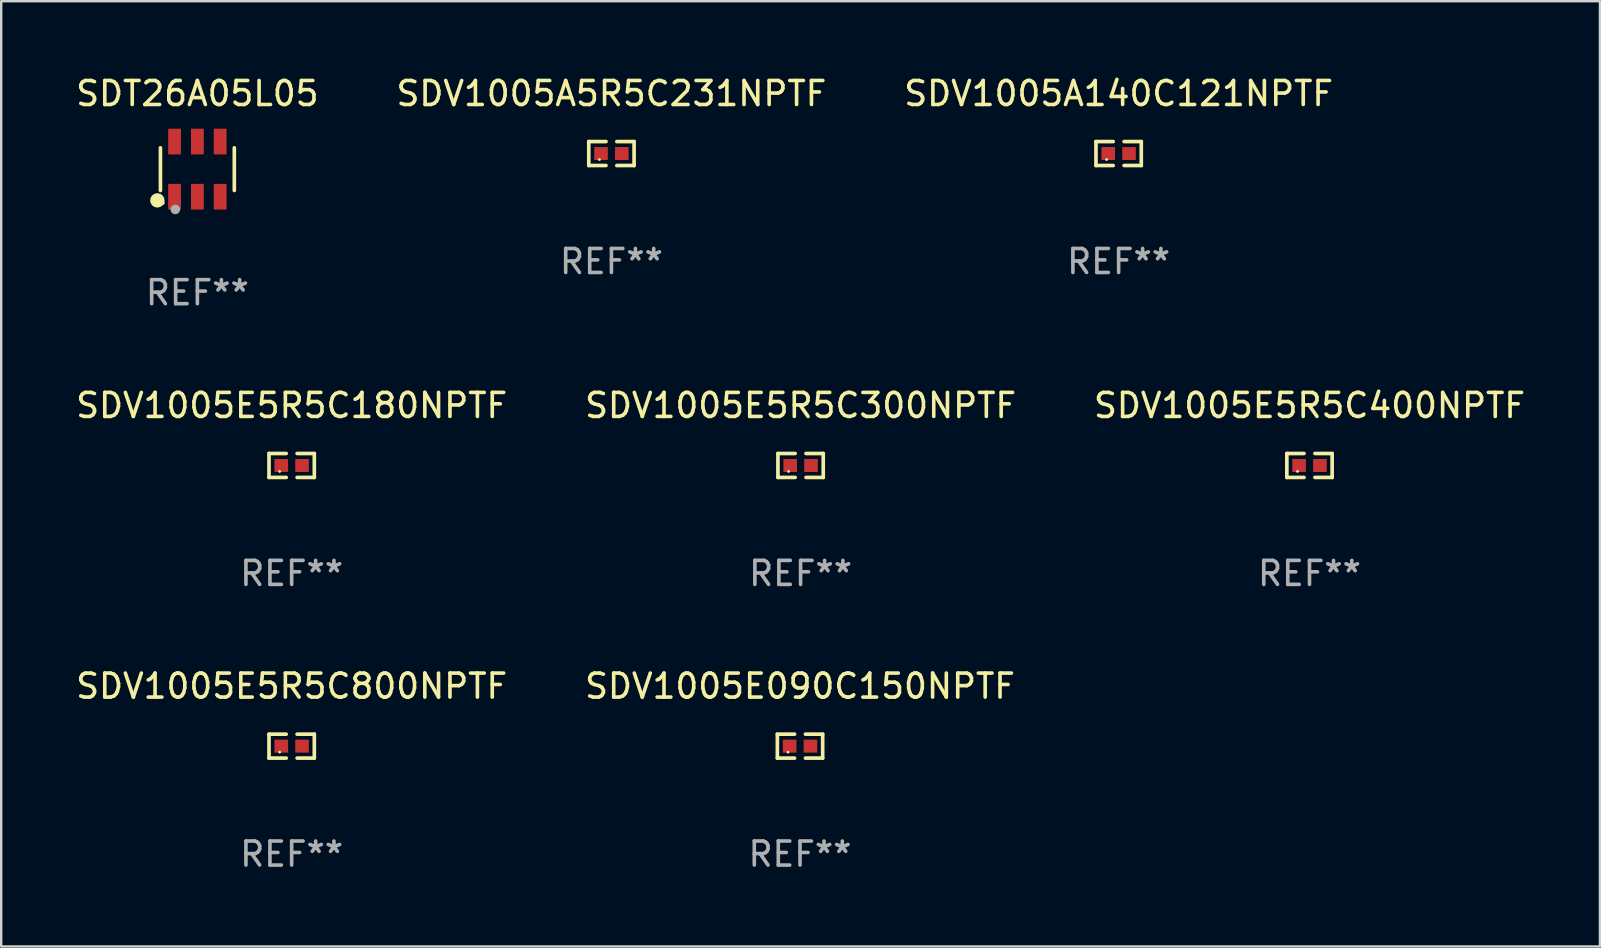
<source format=kicad_pcb>
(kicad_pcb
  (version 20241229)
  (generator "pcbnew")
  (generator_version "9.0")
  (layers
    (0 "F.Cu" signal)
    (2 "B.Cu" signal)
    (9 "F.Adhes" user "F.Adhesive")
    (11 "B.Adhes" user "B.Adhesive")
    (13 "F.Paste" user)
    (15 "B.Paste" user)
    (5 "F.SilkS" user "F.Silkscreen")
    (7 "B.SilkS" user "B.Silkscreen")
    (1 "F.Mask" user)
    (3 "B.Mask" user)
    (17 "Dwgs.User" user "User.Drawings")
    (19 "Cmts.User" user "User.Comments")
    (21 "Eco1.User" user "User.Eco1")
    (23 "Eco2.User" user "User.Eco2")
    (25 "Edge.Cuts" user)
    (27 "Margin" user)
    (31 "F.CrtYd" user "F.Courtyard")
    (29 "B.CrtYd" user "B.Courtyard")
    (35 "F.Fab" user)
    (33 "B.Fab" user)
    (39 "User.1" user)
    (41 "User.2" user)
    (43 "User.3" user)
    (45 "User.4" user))
  (footprint "SDV1005A140C121NPTF"
    (layer "F.Cu")
    (at 43.554 3.347)
    (property "Reference" "SDV1005A140C121NPTF" (at 0 -2.499 0) (layer "F.SilkS") (effects (font (size 1 1) (thickness 0.15))))
    (attr through_hole)
    (fp_line (start -0.944 -0.499) (end -0.226 -0.499) (stroke (width 0.152) (type solid)) (layer "F.SilkS"))
    (fp_line (start -0.944 0.499) (end -0.944 -0.499) (stroke (width 0.152) (type solid)) (layer "F.SilkS"))
    (fp_line (start -0.226 0.499) (end -0.944 0.499) (stroke (width 0.152) (type solid)) (layer "F.SilkS"))
    (fp_line (start 0.226 0.499) (end 0.944 0.499) (stroke (width 0.152) (type solid)) (layer "F.SilkS"))
    (fp_line (start 0.944 -0.499) (end 0.226 -0.499) (stroke (width 0.152) (type solid)) (layer "F.SilkS"))
    (fp_line (start 0.944 0.499) (end 0.944 -0.499) (stroke (width 0.152) (type solid)) (layer "F.SilkS"))
    (fp_circle (center -0.5 0.25) (end -0.47 0.25) (stroke (width 0.06) (type solid)) (fill no) (layer "F.SilkS"))
    (fp_text user "REF**" (at 0 4.499 0) (layer "F.Fab") (effects (font (size 1 1) (thickness 0.15))))
    (pad "1" smd rect (at -0.433 0) (size 0.566 0.54) (layers "F.Cu" "F.Mask" "F.Paste"))
    (pad "2" smd rect (at 0.433 0) (size 0.566 0.54) (layers "F.Cu" "F.Mask" "F.Paste")))
  (footprint "SDV1005A5R5C231NPTF"
    (layer "F.Cu")
    (at 22.423 3.347)
    (property "Reference" "SDV1005A5R5C231NPTF" (at 0 -2.499 0) (layer "F.SilkS") (effects (font (size 1 1) (thickness 0.15))))
    (attr through_hole)
    (fp_line (start -0.944 -0.499) (end -0.226 -0.499) (stroke (width 0.152) (type solid)) (layer "F.SilkS"))
    (fp_line (start -0.944 0.499) (end -0.944 -0.499) (stroke (width 0.152) (type solid)) (layer "F.SilkS"))
    (fp_line (start -0.226 0.499) (end -0.944 0.499) (stroke (width 0.152) (type solid)) (layer "F.SilkS"))
    (fp_line (start 0.226 0.499) (end 0.944 0.499) (stroke (width 0.152) (type solid)) (layer "F.SilkS"))
    (fp_line (start 0.944 -0.499) (end 0.226 -0.499) (stroke (width 0.152) (type solid)) (layer "F.SilkS"))
    (fp_line (start 0.944 0.499) (end 0.944 -0.499) (stroke (width 0.152) (type solid)) (layer "F.SilkS"))
    (fp_circle (center -0.5 0.25) (end -0.47 0.25) (stroke (width 0.06) (type solid)) (fill no) (layer "F.SilkS"))
    (fp_text user "REF**" (at 0 4.499 0) (layer "F.Fab") (effects (font (size 1 1) (thickness 0.15))))
    (pad "1" smd rect (at -0.433 0) (size 0.566 0.54) (layers "F.Cu" "F.Mask" "F.Paste"))
    (pad "2" smd rect (at 0.433 0) (size 0.566 0.54) (layers "F.Cu" "F.Mask" "F.Paste")))
  (footprint "SDV1005E090C150NPTF"
    (layer "F.Cu")
    (at 30.28 28.035)
    (property "Reference" "SDV1005E090C150NPTF" (at 0 -2.499 0) (layer "F.SilkS") (effects (font (size 1 1) (thickness 0.15))))
    (attr through_hole)
    (fp_line (start -0.944 -0.499) (end -0.226 -0.499) (stroke (width 0.152) (type solid)) (layer "F.SilkS"))
    (fp_line (start -0.944 0.499) (end -0.944 -0.499) (stroke (width 0.152) (type solid)) (layer "F.SilkS"))
    (fp_line (start -0.226 0.499) (end -0.944 0.499) (stroke (width 0.152) (type solid)) (layer "F.SilkS"))
    (fp_line (start 0.226 0.499) (end 0.944 0.499) (stroke (width 0.152) (type solid)) (layer "F.SilkS"))
    (fp_line (start 0.944 -0.499) (end 0.226 -0.499) (stroke (width 0.152) (type solid)) (layer "F.SilkS"))
    (fp_line (start 0.944 0.499) (end 0.944 -0.499) (stroke (width 0.152) (type solid)) (layer "F.SilkS"))
    (fp_circle (center -0.5 0.25) (end -0.47 0.25) (stroke (width 0.06) (type solid)) (fill no) (layer "F.SilkS"))
    (fp_text user "REF**" (at 0 4.499 0) (layer "F.Fab") (effects (font (size 1 1) (thickness 0.15))))
    (pad "1" smd rect (at -0.433 0) (size 0.566 0.54) (layers "F.Cu" "F.Mask" "F.Paste"))
    (pad "2" smd rect (at 0.433 0) (size 0.566 0.54) (layers "F.Cu" "F.Mask" "F.Paste")))
  (footprint "SDV1005E5R5C400NPTF"
    (layer "F.Cu")
    (at 51.506 16.342)
    (property "Reference" "SDV1005E5R5C400NPTF" (at 0 -2.499 0) (layer "F.SilkS") (effects (font (size 1 1) (thickness 0.15))))
    (attr through_hole)
    (fp_line (start -0.944 -0.499) (end -0.226 -0.499) (stroke (width 0.152) (type solid)) (layer "F.SilkS"))
    (fp_line (start -0.944 0.499) (end -0.944 -0.499) (stroke (width 0.152) (type solid)) (layer "F.SilkS"))
    (fp_line (start -0.226 0.499) (end -0.944 0.499) (stroke (width 0.152) (type solid)) (layer "F.SilkS"))
    (fp_line (start 0.226 0.499) (end 0.944 0.499) (stroke (width 0.152) (type solid)) (layer "F.SilkS"))
    (fp_line (start 0.944 -0.499) (end 0.226 -0.499) (stroke (width 0.152) (type solid)) (layer "F.SilkS"))
    (fp_line (start 0.944 0.499) (end 0.944 -0.499) (stroke (width 0.152) (type solid)) (layer "F.SilkS"))
    (fp_circle (center -0.5 0.25) (end -0.47 0.25) (stroke (width 0.06) (type solid)) (fill no) (layer "F.SilkS"))
    (fp_text user "REF**" (at 0 4.499 0) (layer "F.Fab") (effects (font (size 1 1) (thickness 0.15))))
    (pad "1" smd rect (at -0.433 0) (size 0.566 0.54) (layers "F.Cu" "F.Mask" "F.Paste"))
    (pad "2" smd rect (at 0.433 0) (size 0.566 0.54) (layers "F.Cu" "F.Mask" "F.Paste")))
  (footprint "SDV1005E5R5C300NPTF"
    (layer "F.Cu")
    (at 30.304 16.342)
    (property "Reference" "SDV1005E5R5C300NPTF" (at 0 -2.499 0) (layer "F.SilkS") (effects (font (size 1 1) (thickness 0.15))))
    (attr through_hole)
    (fp_line (start -0.944 -0.499) (end -0.226 -0.499) (stroke (width 0.152) (type solid)) (layer "F.SilkS"))
    (fp_line (start -0.944 0.499) (end -0.944 -0.499) (stroke (width 0.152) (type solid)) (layer "F.SilkS"))
    (fp_line (start -0.226 0.499) (end -0.944 0.499) (stroke (width 0.152) (type solid)) (layer "F.SilkS"))
    (fp_line (start 0.226 0.499) (end 0.944 0.499) (stroke (width 0.152) (type solid)) (layer "F.SilkS"))
    (fp_line (start 0.944 -0.499) (end 0.226 -0.499) (stroke (width 0.152) (type solid)) (layer "F.SilkS"))
    (fp_line (start 0.944 0.499) (end 0.944 -0.499) (stroke (width 0.152) (type solid)) (layer "F.SilkS"))
    (fp_circle (center -0.5 0.25) (end -0.47 0.25) (stroke (width 0.06) (type solid)) (fill no) (layer "F.SilkS"))
    (fp_text user "REF**" (at 0 4.499 0) (layer "F.Fab") (effects (font (size 1 1) (thickness 0.15))))
    (pad "1" smd rect (at -0.433 0) (size 0.566 0.54) (layers "F.Cu" "F.Mask" "F.Paste"))
    (pad "2" smd rect (at 0.433 0) (size 0.566 0.54) (layers "F.Cu" "F.Mask" "F.Paste")))
  (footprint "SDV1005E5R5C800NPTF"
    (layer "F.Cu")
    (at 9.101 28.035)
    (property "Reference" "SDV1005E5R5C800NPTF" (at 0 -2.499 0) (layer "F.SilkS") (effects (font (size 1 1) (thickness 0.15))))
    (attr through_hole)
    (fp_line (start -0.944 -0.499) (end -0.226 -0.499) (stroke (width 0.152) (type solid)) (layer "F.SilkS"))
    (fp_line (start -0.944 0.499) (end -0.944 -0.499) (stroke (width 0.152) (type solid)) (layer "F.SilkS"))
    (fp_line (start -0.226 0.499) (end -0.944 0.499) (stroke (width 0.152) (type solid)) (layer "F.SilkS"))
    (fp_line (start 0.226 0.499) (end 0.944 0.499) (stroke (width 0.152) (type solid)) (layer "F.SilkS"))
    (fp_line (start 0.944 -0.499) (end 0.226 -0.499) (stroke (width 0.152) (type solid)) (layer "F.SilkS"))
    (fp_line (start 0.944 0.499) (end 0.944 -0.499) (stroke (width 0.152) (type solid)) (layer "F.SilkS"))
    (fp_circle (center -0.5 0.25) (end -0.47 0.25) (stroke (width 0.06) (type solid)) (fill no) (layer "F.SilkS"))
    (fp_text user "REF**" (at 0 4.499 0) (layer "F.Fab") (effects (font (size 1 1) (thickness 0.15))))
    (pad "1" smd rect (at -0.433 0) (size 0.566 0.54) (layers "F.Cu" "F.Mask" "F.Paste"))
    (pad "2" smd rect (at 0.433 0) (size 0.566 0.54) (layers "F.Cu" "F.Mask" "F.Paste")))
  (footprint "SDV1005E5R5C180NPTF"
    (layer "F.Cu")
    (at 9.101 16.342)
    (property "Reference" "SDV1005E5R5C180NPTF" (at 0 -2.499 0) (layer "F.SilkS") (effects (font (size 1 1) (thickness 0.15))))
    (attr through_hole)
    (fp_line (start -0.944 -0.499) (end -0.226 -0.499) (stroke (width 0.152) (type solid)) (layer "F.SilkS"))
    (fp_line (start -0.944 0.499) (end -0.944 -0.499) (stroke (width 0.152) (type solid)) (layer "F.SilkS"))
    (fp_line (start -0.226 0.499) (end -0.944 0.499) (stroke (width 0.152) (type solid)) (layer "F.SilkS"))
    (fp_line (start 0.226 0.499) (end 0.944 0.499) (stroke (width 0.152) (type solid)) (layer "F.SilkS"))
    (fp_line (start 0.944 -0.499) (end 0.226 -0.499) (stroke (width 0.152) (type solid)) (layer "F.SilkS"))
    (fp_line (start 0.944 0.499) (end 0.944 -0.499) (stroke (width 0.152) (type solid)) (layer "F.SilkS"))
    (fp_circle (center -0.5 0.25) (end -0.47 0.25) (stroke (width 0.06) (type solid)) (fill no) (layer "F.SilkS"))
    (fp_text user "REF**" (at 0 4.499 0) (layer "F.Fab") (effects (font (size 1 1) (thickness 0.15))))
    (pad "1" smd rect (at -0.433 0) (size 0.566 0.54) (layers "F.Cu" "F.Mask" "F.Paste"))
    (pad "2" smd rect (at 0.433 0) (size 0.566 0.54) (layers "F.Cu" "F.Mask" "F.Paste")))
  (footprint "SDT26A05L05"
    (layer "F.Cu")
    (at 5.173 3.997)
    (property "Reference" "SDT26A05L05" (at 0 -3.149 0) (layer "F.SilkS") (effects (font (size 1 1) (thickness 0.15))))
    (attr through_hole)
    (fp_line (start -1.539 0.889) (end -1.539 -0.889) (stroke (width 0.152) (type solid)) (layer "F.SilkS"))
    (fp_line (start 1.539 0.889) (end 1.539 -0.889) (stroke (width 0.152) (type solid)) (layer "F.SilkS"))
    (fp_circle (center -1.668 1.301) (end -1.518 1.301) (stroke (width 0.3) (type solid)) (fill no) (layer "F.SilkS"))
    (fp_circle (center -1.463 1.4) (end -1.413 1.4) (stroke (width 0.1) (type solid)) (fill no) (layer "F.SilkS"))
    (fp_circle (center -0.92 1.68) (end -0.82 1.68) (stroke (width 0.2) (type solid)) (fill no) (layer "F.Fab"))
    (fp_text user "REF**" (at 0 5.149 0) (layer "F.Fab") (effects (font (size 1 1) (thickness 0.15))))
    (pad "1" smd rect (at -0.95 1.149) (size 0.532 1.072) (layers "F.Cu" "F.Mask" "F.Paste"))
    (pad "2" smd rect (at 0 1.149) (size 0.532 1.072) (layers "F.Cu" "F.Mask" "F.Paste"))
    (pad "3" smd rect (at 0.95 1.149) (size 0.532 1.072) (layers "F.Cu" "F.Mask" "F.Paste"))
    (pad "4" smd rect (at 0.95 -1.149) (size 0.532 1.072) (layers "F.Cu" "F.Mask" "F.Paste"))
    (pad "5" smd rect (at 0 -1.149) (size 0.532 1.072) (layers "F.Cu" "F.Mask" "F.Paste"))
    (pad "6" smd rect (at -0.95 -1.149) (size 0.532 1.072) (layers "F.Cu" "F.Mask" "F.Paste")))
  (gr_rect
    (start -3 -3)
    (end 63.607 36.382)
    (stroke (width 0.1) (type default))
    (fill no)
    (layer "Edge.Cuts")))
</source>
